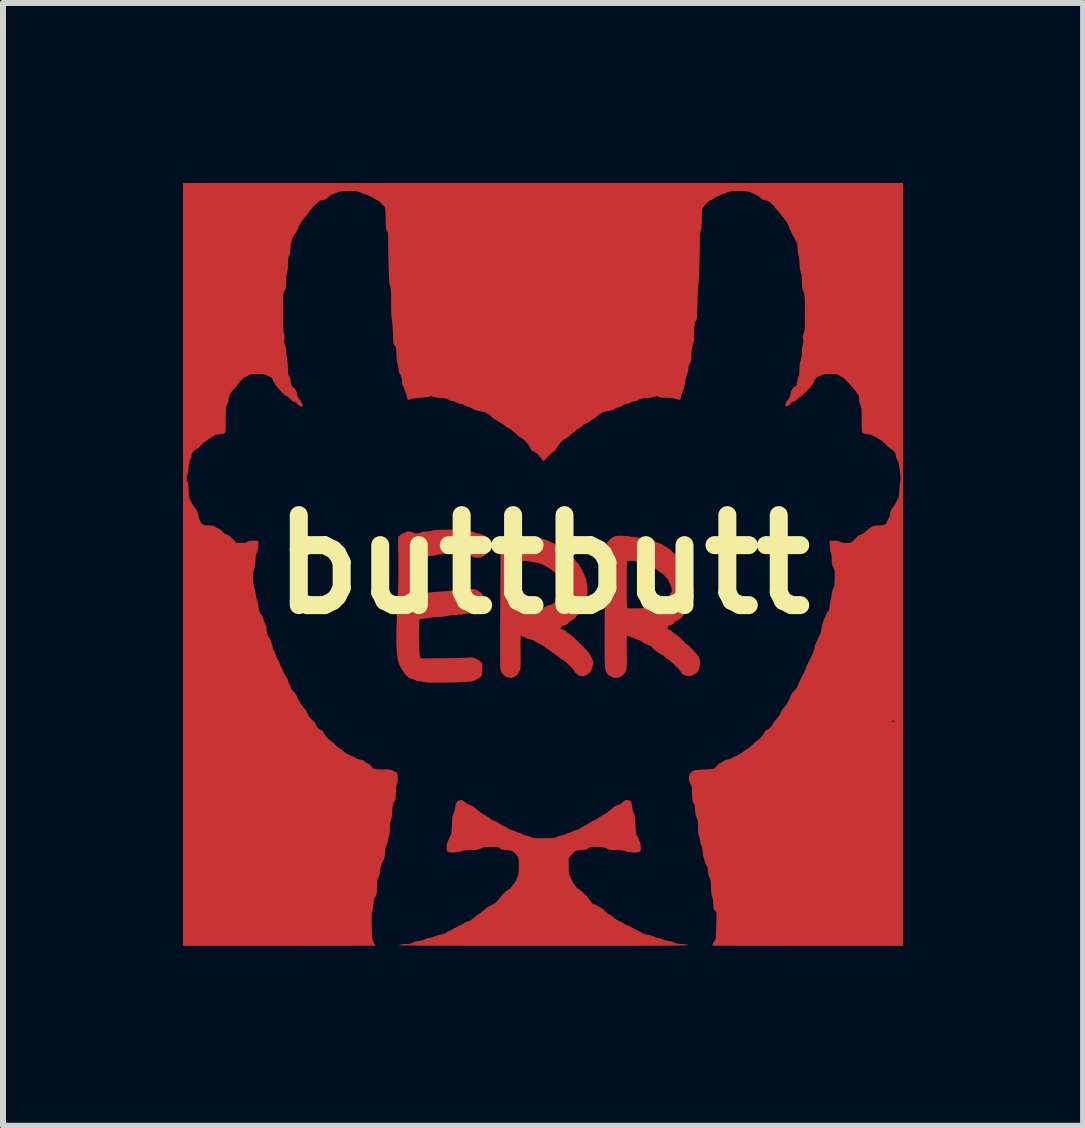
<source format=kicad_pcb>
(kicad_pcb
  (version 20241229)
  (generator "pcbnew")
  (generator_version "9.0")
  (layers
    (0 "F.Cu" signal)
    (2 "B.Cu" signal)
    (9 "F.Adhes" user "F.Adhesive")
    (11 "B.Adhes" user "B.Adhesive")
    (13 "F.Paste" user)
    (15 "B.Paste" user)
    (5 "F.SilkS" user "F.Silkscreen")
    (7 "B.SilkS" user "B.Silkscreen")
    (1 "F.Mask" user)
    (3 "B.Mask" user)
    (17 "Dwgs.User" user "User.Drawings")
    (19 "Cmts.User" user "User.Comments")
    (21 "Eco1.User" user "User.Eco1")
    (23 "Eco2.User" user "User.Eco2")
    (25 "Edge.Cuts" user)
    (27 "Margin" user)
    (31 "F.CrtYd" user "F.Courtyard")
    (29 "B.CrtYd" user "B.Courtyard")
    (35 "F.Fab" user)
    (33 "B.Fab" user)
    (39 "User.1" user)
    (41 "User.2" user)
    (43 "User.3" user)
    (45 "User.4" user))
  (footprint "buttbutt"
    (layer "F.Cu")
    (at 6.002 6.358)
    (property "Reference" "buttbutt" (at 0 0 0) (layer "F.SilkS") (effects (font (size 1.5 1.5) (thickness 0.3))))
    (attr board_only exclude_from_pos_files exclude_from_bom)
    (fp_poly (pts (xy -1.51 -0.58) (xy -1.443 -0.578) (xy -1.384 -0.576) (xy -1.336 -0.571) (xy -1.304 -0.566) (xy -1.297 -0.564) (xy -1.259 -0.555) (xy -1.218 -0.549) (xy -1.21 -0.549) (xy -1.178 -0.546) (xy -1.151 -0.537) (xy -1.145 -0.534) (xy -1.12 -0.522) (xy -1.102 -0.519) (xy -1.08 -0.516) (xy -1.047 -0.508) (xy -1.021 -0.501) (xy -0.979 -0.484) (xy -0.948 -0.461) (xy -0.927 -0.439) (xy -0.908 -0.413) (xy -0.897 -0.392) (xy -0.892 -0.366) (xy -0.892 -0.329) (xy -0.892 -0.326) (xy -0.893 -0.286) (xy -0.9 -0.256) (xy -0.913 -0.226) (xy -0.929 -0.2) (xy -0.95 -0.171) (xy -0.968 -0.15) (xy -0.98 -0.142) (xy -0.998 -0.135) (xy -1.007 -0.127) (xy -1.025 -0.118) (xy -1.056 -0.113) (xy -1.093 -0.112) (xy -1.129 -0.114) (xy -1.158 -0.121) (xy -1.163 -0.124) (xy -1.184 -0.131) (xy -1.218 -0.138) (xy -1.256 -0.144) (xy -1.3 -0.149) (xy -1.344 -0.156) (xy -1.373 -0.162) (xy -1.404 -0.166) (xy -1.448 -0.17) (xy -1.502 -0.172) (xy -1.559 -0.172) (xy -1.617 -0.172) (xy -1.671 -0.17) (xy -1.715 -0.168) (xy -1.747 -0.164) (xy -1.757 -0.161) (xy -1.78 -0.155) (xy -1.817 -0.148) (xy -1.86 -0.143) (xy -1.867 -0.142) (xy -1.912 -0.137) (xy -1.954 -0.129) (xy -1.986 -0.12) (xy -1.989 -0.119) (xy -2.029 -0.104) (xy -2.037 0.088) (xy -2.039 0.157) (xy -2.041 0.226) (xy -2.042 0.291) (xy -2.043 0.346) (xy -2.042 0.376) (xy -2.04 0.473) (xy -1.994 0.472) (xy -1.967 0.471) (xy -1.925 0.469) (xy -1.873 0.465) (xy -1.816 0.46) (xy -1.795 0.459) (xy -1.727 0.453) (xy -1.653 0.448) (xy -1.581 0.442) (xy -1.519 0.438) (xy -1.516 0.438) (xy -1.464 0.434) (xy -1.418 0.429) (xy -1.381 0.423) (xy -1.36 0.418) (xy -1.36 0.418) (xy -1.337 0.413) (xy -1.3 0.409) (xy -1.256 0.407) (xy -1.238 0.407) (xy -1.191 0.407) (xy -1.158 0.41) (xy -1.132 0.416) (xy -1.104 0.428) (xy -1.083 0.439) (xy -1.042 0.463) (xy -1.016 0.489) (xy -1 0.522) (xy -0.992 0.567) (xy -0.99 0.585) (xy -0.991 0.657) (xy -1.007 0.716) (xy -1.038 0.762) (xy -1.084 0.793) (xy -1.144 0.81) (xy -1.194 0.814) (xy -1.232 0.816) (xy -1.279 0.822) (xy -1.317 0.829) (xy -1.365 0.837) (xy -1.421 0.842) (xy -1.471 0.844) (xy -1.518 0.846) (xy -1.564 0.851) (xy -1.601 0.859) (xy -1.603 0.859) (xy -1.639 0.867) (xy -1.685 0.873) (xy -1.731 0.875) (xy -1.778 0.876) (xy -1.823 0.88) (xy -1.858 0.885) (xy -1.894 0.891) (xy -1.94 0.898) (xy -1.984 0.903) (xy -2.06 0.91) (xy -2.068 1.032) (xy -2.07 1.09) (xy -2.071 1.157) (xy -2.071 1.228) (xy -2.07 1.3) (xy -2.068 1.369) (xy -2.064 1.431) (xy -2.06 1.482) (xy -2.055 1.518) (xy -2.052 1.529) (xy -2.041 1.567) (xy -1.659 1.563) (xy -1.571 1.562) (xy -1.487 1.56) (xy -1.412 1.559) (xy -1.346 1.557) (xy -1.292 1.555) (xy -1.254 1.553) (xy -1.234 1.551) (xy -1.233 1.551) (xy -1.174 1.551) (xy -1.114 1.57) (xy -1.058 1.606) (xy -1.055 1.608) (xy -1.012 1.646) (xy -1.012 1.741) (xy -1.014 1.798) (xy -1.021 1.838) (xy -1.035 1.868) (xy -1.058 1.889) (xy -1.088 1.906) (xy -1.116 1.919) (xy -1.137 1.93) (xy -1.139 1.932) (xy -1.162 1.941) (xy -1.195 1.949) (xy -1.242 1.955) (xy -1.302 1.961) (xy -1.379 1.965) (xy -1.472 1.967) (xy -1.583 1.969) (xy -1.628 1.97) (xy -1.724 1.97) (xy -1.802 1.97) (xy -1.864 1.97) (xy -1.911 1.969) (xy -1.947 1.967) (xy -1.972 1.964) (xy -1.989 1.96) (xy -1.994 1.958) (xy -2.029 1.949) (xy -2.067 1.944) (xy -2.07 1.944) (xy -2.102 1.94) (xy -2.128 1.931) (xy -2.131 1.929) (xy -2.155 1.918) (xy -2.186 1.909) (xy -2.189 1.908) (xy -2.236 1.89) (xy -2.28 1.854) (xy -2.311 1.813) (xy -2.326 1.788) (xy -2.337 1.772) (xy -2.339 1.77) (xy -2.352 1.753) (xy -2.37 1.721) (xy -2.389 1.683) (xy -2.405 1.644) (xy -2.418 1.595) (xy -2.428 1.536) (xy -2.437 1.467) (xy -2.442 1.386) (xy -2.445 1.291) (xy -2.446 1.182) (xy -2.444 1.058) (xy -2.439 0.917) (xy -2.432 0.758) (xy -2.423 0.581) (xy -2.42 0.524) (xy -2.417 0.472) (xy -2.415 0.416) (xy -2.414 0.357) (xy -2.412 0.29) (xy -2.412 0.215) (xy -2.411 0.129) (xy -2.412 0.031) (xy -2.412 -0.083) (xy -2.413 -0.213) (xy -2.415 -0.334) (xy -2.416 -0.46) (xy -2.381 -0.489) (xy -2.356 -0.507) (xy -2.334 -0.518) (xy -2.329 -0.519) (xy -2.308 -0.526) (xy -2.299 -0.534) (xy -2.278 -0.545) (xy -2.238 -0.549) (xy -2.233 -0.549) (xy -2.192 -0.546) (xy -2.168 -0.536) (xy -2.167 -0.534) (xy -2.147 -0.524) (xy -2.116 -0.519) (xy -2.082 -0.52) (xy -2.051 -0.527) (xy -2.039 -0.534) (xy -2.015 -0.543) (xy -1.976 -0.548) (xy -1.958 -0.549) (xy -1.914 -0.552) (xy -1.869 -0.559) (xy -1.847 -0.565) (xy -1.818 -0.57) (xy -1.772 -0.575) (xy -1.715 -0.578) (xy -1.649 -0.58) (xy -1.58 -0.58)) (stroke (width 0) (type solid)) (fill yes) (layer "F.Cu"))
    (fp_poly (pts (xy -0.424 -0.477) (xy -0.383 -0.474) (xy -0.351 -0.469) (xy -0.346 -0.467) (xy -0.322 -0.462) (xy -0.283 -0.457) (xy -0.234 -0.452) (xy -0.188 -0.448) (xy -0.087 -0.438) (xy -0.005 -0.424) (xy 0.058 -0.408) (xy 0.103 -0.387) (xy 0.113 -0.38) (xy 0.133 -0.369) (xy 0.155 -0.362) (xy 0.184 -0.35) (xy 0.204 -0.335) (xy 0.224 -0.32) (xy 0.238 -0.315) (xy 0.256 -0.309) (xy 0.26 -0.304) (xy 0.273 -0.294) (xy 0.297 -0.281) (xy 0.311 -0.275) (xy 0.344 -0.255) (xy 0.379 -0.228) (xy 0.393 -0.214) (xy 0.416 -0.192) (xy 0.433 -0.177) (xy 0.439 -0.173) (xy 0.451 -0.166) (xy 0.471 -0.147) (xy 0.496 -0.122) (xy 0.521 -0.094) (xy 0.541 -0.067) (xy 0.55 -0.055) (xy 0.566 -0.033) (xy 0.578 -0.021) (xy 0.581 -0.02) (xy 0.59 -0.012) (xy 0.603 0.01) (xy 0.611 0.026) (xy 0.626 0.053) (xy 0.638 0.072) (xy 0.642 0.077) (xy 0.65 0.091) (xy 0.651 0.097) (xy 0.656 0.113) (xy 0.669 0.14) (xy 0.681 0.16) (xy 0.709 0.22) (xy 0.728 0.295) (xy 0.739 0.38) (xy 0.74 0.47) (xy 0.739 0.48) (xy 0.732 0.558) (xy 0.722 0.615) (xy 0.707 0.653) (xy 0.69 0.672) (xy 0.675 0.687) (xy 0.671 0.698) (xy 0.666 0.714) (xy 0.651 0.74) (xy 0.631 0.772) (xy 0.61 0.803) (xy 0.59 0.828) (xy 0.577 0.841) (xy 0.561 0.856) (xy 0.548 0.872) (xy 0.531 0.891) (xy 0.506 0.913) (xy 0.478 0.934) (xy 0.453 0.95) (xy 0.437 0.956) (xy 0.428 0.964) (xy 0.427 0.971) (xy 0.418 0.985) (xy 0.391 1.002) (xy 0.349 1.019) (xy 0.331 1.025) (xy 0.311 1.036) (xy 0.298 1.052) (xy 0.294 1.068) (xy 0.302 1.077) (xy 0.308 1.078) (xy 0.334 1.085) (xy 0.367 1.102) (xy 0.397 1.125) (xy 0.407 1.134) (xy 0.427 1.151) (xy 0.443 1.16) (xy 0.444 1.16) (xy 0.455 1.167) (xy 0.477 1.186) (xy 0.51 1.215) (xy 0.55 1.253) (xy 0.595 1.297) (xy 0.615 1.317) (xy 0.671 1.373) (xy 0.715 1.419) (xy 0.748 1.457) (xy 0.774 1.49) (xy 0.793 1.521) (xy 0.809 1.554) (xy 0.823 1.59) (xy 0.829 1.605) (xy 0.835 1.624) (xy 0.838 1.638) (xy 0.838 1.653) (xy 0.834 1.673) (xy 0.824 1.701) (xy 0.809 1.743) (xy 0.799 1.769) (xy 0.775 1.807) (xy 0.737 1.837) (xy 0.691 1.857) (xy 0.655 1.862) (xy 0.618 1.858) (xy 0.587 1.844) (xy 0.569 1.83) (xy 0.546 1.81) (xy 0.531 1.795) (xy 0.529 1.79) (xy 0.522 1.776) (xy 0.502 1.751) (xy 0.475 1.72) (xy 0.441 1.687) (xy 0.406 1.653) (xy 0.373 1.624) (xy 0.345 1.602) (xy 0.333 1.594) (xy 0.302 1.576) (xy 0.275 1.556) (xy 0.231 1.522) (xy 0.186 1.488) (xy 0.142 1.456) (xy 0.105 1.43) (xy 0.078 1.412) (xy 0.072 1.409) (xy 0.051 1.396) (xy 0.041 1.384) (xy 0.041 1.383) (xy 0.032 1.374) (xy 0.01 1.359) (xy -0.022 1.343) (xy -0.023 1.342) (xy -0.074 1.317) (xy -0.11 1.297) (xy -0.134 1.282) (xy -0.145 1.273) (xy -0.164 1.263) (xy -0.179 1.261) (xy -0.2 1.257) (xy -0.209 1.251) (xy -0.222 1.244) (xy -0.243 1.241) (xy -0.269 1.236) (xy -0.285 1.226) (xy -0.305 1.213) (xy -0.321 1.21) (xy -0.342 1.207) (xy -0.351 1.2) (xy -0.359 1.19) (xy -0.365 1.189) (xy -0.37 1.199) (xy -0.373 1.221) (xy -0.375 1.257) (xy -0.376 1.308) (xy -0.376 1.376) (xy -0.375 1.463) (xy -0.375 1.467) (xy -0.374 1.55) (xy -0.374 1.615) (xy -0.374 1.664) (xy -0.375 1.701) (xy -0.377 1.728) (xy -0.379 1.747) (xy -0.384 1.762) (xy -0.389 1.775) (xy -0.394 1.784) (xy -0.421 1.826) (xy -0.445 1.853) (xy -0.463 1.862) (xy -0.478 1.87) (xy -0.482 1.877) (xy -0.496 1.887) (xy -0.523 1.891) (xy -0.557 1.889) (xy -0.594 1.881) (xy -0.623 1.87) (xy -0.662 1.841) (xy -0.69 1.802) (xy -0.709 1.748) (xy -0.71 1.745) (xy -0.712 1.73) (xy -0.713 1.704) (xy -0.715 1.666) (xy -0.716 1.615) (xy -0.717 1.551) (xy -0.717 1.472) (xy -0.717 1.378) (xy -0.717 1.268) (xy -0.717 1.14) (xy -0.716 0.995) (xy -0.715 0.831) (xy -0.714 0.692) (xy -0.711 0.323) (xy -0.376 0.323) (xy -0.376 0.4) (xy -0.376 0.475) (xy -0.375 0.545) (xy -0.374 0.606) (xy -0.373 0.657) (xy -0.372 0.694) (xy -0.37 0.715) (xy -0.37 0.717) (xy -0.365 0.724) (xy -0.356 0.728) (xy -0.339 0.731) (xy -0.311 0.731) (xy -0.269 0.731) (xy -0.21 0.728) (xy -0.21 0.728) (xy -0.151 0.726) (xy -0.094 0.723) (xy -0.046 0.72) (xy -0.011 0.717) (xy -0.003 0.716) (xy 0.029 0.71) (xy 0.054 0.701) (xy 0.062 0.696) (xy 0.08 0.685) (xy 0.102 0.682) (xy 0.125 0.678) (xy 0.137 0.672) (xy 0.149 0.662) (xy 0.174 0.649) (xy 0.187 0.642) (xy 0.221 0.623) (xy 0.256 0.595) (xy 0.271 0.581) (xy 0.294 0.558) (xy 0.313 0.543) (xy 0.321 0.539) (xy 0.333 0.531) (xy 0.347 0.511) (xy 0.347 0.511) (xy 0.361 0.488) (xy 0.374 0.475) (xy 0.384 0.457) (xy 0.386 0.426) (xy 0.379 0.387) (xy 0.364 0.345) (xy 0.359 0.333) (xy 0.334 0.294) (xy 0.299 0.248) (xy 0.256 0.199) (xy 0.209 0.151) (xy 0.163 0.108) (xy 0.12 0.075) (xy 0.086 0.054) (xy 0.055 0.038) (xy 0.025 0.02) (xy 0.002 0.006) (xy -0.023 -0.005) (xy -0.054 -0.015) (xy -0.094 -0.025) (xy -0.147 -0.036) (xy -0.198 -0.045) (xy -0.264 -0.055) (xy -0.312 -0.06) (xy -0.345 -0.059) (xy -0.364 -0.053) (xy -0.37 -0.045) (xy -0.372 -0.031) (xy -0.373 0.001) (xy -0.374 0.047) (xy -0.375 0.106) (xy -0.376 0.173) (xy -0.376 0.246) (xy -0.376 0.323) (xy -0.711 0.323) (xy -0.707 -0.31) (xy -0.679 -0.363) (xy -0.64 -0.417) (xy -0.605 -0.447) (xy -0.581 -0.462) (xy -0.559 -0.471) (xy -0.534 -0.476) (xy -0.499 -0.478) (xy -0.47 -0.478)) (stroke (width 0) (type solid)) (fill yes) (layer "F.Cu"))
    (fp_poly (pts (xy 1.327 -0.478) (xy 1.383 -0.474) (xy 1.437 -0.468) (xy 1.468 -0.463) (xy 1.516 -0.455) (xy 1.565 -0.45) (xy 1.604 -0.448) (xy 1.605 -0.448) (xy 1.676 -0.443) (xy 1.746 -0.431) (xy 1.809 -0.412) (xy 1.86 -0.389) (xy 1.87 -0.382) (xy 1.887 -0.373) (xy 1.916 -0.361) (xy 1.936 -0.354) (xy 1.966 -0.343) (xy 1.987 -0.333) (xy 1.993 -0.328) (xy 2.01 -0.314) (xy 2.041 -0.296) (xy 2.07 -0.281) (xy 2.094 -0.266) (xy 2.124 -0.242) (xy 2.147 -0.22) (xy 2.171 -0.196) (xy 2.189 -0.179) (xy 2.198 -0.173) (xy 2.213 -0.165) (xy 2.237 -0.143) (xy 2.267 -0.111) (xy 2.301 -0.072) (xy 2.335 -0.029) (xy 2.368 0.014) (xy 2.395 0.054) (xy 2.416 0.088) (xy 2.425 0.109) (xy 2.434 0.127) (xy 2.441 0.132) (xy 2.449 0.141) (xy 2.46 0.163) (xy 2.465 0.175) (xy 2.499 0.292) (xy 2.514 0.406) (xy 2.51 0.514) (xy 2.507 0.532) (xy 2.496 0.593) (xy 2.481 0.641) (xy 2.461 0.685) (xy 2.431 0.73) (xy 2.401 0.768) (xy 2.373 0.804) (xy 2.343 0.841) (xy 2.327 0.862) (xy 2.307 0.885) (xy 2.286 0.904) (xy 2.258 0.923) (xy 2.218 0.945) (xy 2.206 0.951) (xy 2.191 0.964) (xy 2.187 0.973) (xy 2.179 0.985) (xy 2.158 0.999) (xy 2.134 1.011) (xy 2.112 1.017) (xy 2.11 1.017) (xy 2.095 1.025) (xy 2.081 1.04) (xy 2.071 1.057) (xy 2.075 1.07) (xy 2.088 1.08) (xy 2.108 1.094) (xy 2.122 1.098) (xy 2.135 1.105) (xy 2.155 1.122) (xy 2.162 1.129) (xy 2.182 1.148) (xy 2.199 1.159) (xy 2.202 1.16) (xy 2.215 1.166) (xy 2.238 1.184) (xy 2.267 1.208) (xy 2.299 1.237) (xy 2.328 1.265) (xy 2.353 1.29) (xy 2.367 1.308) (xy 2.37 1.313) (xy 2.378 1.322) (xy 2.389 1.327) (xy 2.407 1.338) (xy 2.435 1.362) (xy 2.468 1.394) (xy 2.503 1.431) (xy 2.537 1.469) (xy 2.567 1.504) (xy 2.589 1.533) (xy 2.597 1.547) (xy 2.612 1.598) (xy 2.616 1.653) (xy 2.609 1.707) (xy 2.593 1.757) (xy 2.568 1.797) (xy 2.536 1.823) (xy 2.531 1.825) (xy 2.506 1.837) (xy 2.489 1.849) (xy 2.487 1.851) (xy 2.474 1.857) (xy 2.448 1.861) (xy 2.424 1.862) (xy 2.371 1.854) (xy 2.328 1.829) (xy 2.291 1.787) (xy 2.287 1.78) (xy 2.272 1.76) (xy 2.247 1.732) (xy 2.214 1.699) (xy 2.178 1.664) (xy 2.142 1.631) (xy 2.109 1.601) (xy 2.081 1.579) (xy 2.064 1.568) (xy 2.06 1.567) (xy 2.049 1.56) (xy 2.036 1.546) (xy 2.016 1.528) (xy 1.987 1.51) (xy 1.983 1.508) (xy 1.951 1.49) (xy 1.915 1.466) (xy 1.878 1.44) (xy 1.847 1.414) (xy 1.824 1.393) (xy 1.816 1.381) (xy 1.806 1.366) (xy 1.801 1.363) (xy 1.787 1.359) (xy 1.76 1.347) (xy 1.727 1.331) (xy 1.693 1.314) (xy 1.663 1.298) (xy 1.653 1.291) (xy 1.631 1.278) (xy 1.614 1.268) (xy 1.594 1.26) (xy 1.564 1.25) (xy 1.552 1.246) (xy 1.521 1.235) (xy 1.498 1.225) (xy 1.49 1.221) (xy 1.473 1.213) (xy 1.453 1.207) (xy 1.426 1.199) (xy 1.409 1.194) (xy 1.404 1.193) (xy 1.4 1.197) (xy 1.397 1.207) (xy 1.395 1.225) (xy 1.394 1.255) (xy 1.393 1.298) (xy 1.394 1.355) (xy 1.394 1.43) (xy 1.395 1.466) (xy 1.396 1.549) (xy 1.396 1.614) (xy 1.396 1.663) (xy 1.395 1.7) (xy 1.393 1.728) (xy 1.391 1.747) (xy 1.387 1.762) (xy 1.381 1.774) (xy 1.376 1.784) (xy 1.349 1.826) (xy 1.325 1.853) (xy 1.307 1.862) (xy 1.29 1.869) (xy 1.282 1.877) (xy 1.26 1.888) (xy 1.221 1.892) (xy 1.216 1.892) (xy 1.174 1.889) (xy 1.151 1.878) (xy 1.149 1.877) (xy 1.13 1.864) (xy 1.118 1.862) (xy 1.101 1.854) (xy 1.081 1.835) (xy 1.076 1.828) (xy 1.067 1.816) (xy 1.059 1.805) (xy 1.052 1.794) (xy 1.046 1.781) (xy 1.041 1.766) (xy 1.037 1.746) (xy 1.034 1.721) (xy 1.031 1.689) (xy 1.029 1.65) (xy 1.027 1.601) (xy 1.026 1.541) (xy 1.025 1.47) (xy 1.025 1.385) (xy 1.025 1.286) (xy 1.025 1.171) (xy 1.025 1.039) (xy 1.026 0.889) (xy 1.026 0.799) (xy 1.027 0.661) (xy 1.027 0.527) (xy 1.028 0.399) (xy 1.029 0.336) (xy 1.394 0.336) (xy 1.394 0.42) (xy 1.394 0.499) (xy 1.395 0.569) (xy 1.396 0.628) (xy 1.397 0.674) (xy 1.398 0.704) (xy 1.4 0.716) (xy 1.405 0.723) (xy 1.418 0.728) (xy 1.442 0.731) (xy 1.479 0.732) (xy 1.529 0.732) (xy 1.588 0.731) (xy 1.649 0.728) (xy 1.705 0.723) (xy 1.736 0.719) (xy 1.777 0.712) (xy 1.81 0.704) (xy 1.83 0.696) (xy 1.833 0.694) (xy 1.853 0.684) (xy 1.867 0.682) (xy 1.89 0.676) (xy 1.901 0.668) (xy 1.917 0.657) (xy 1.944 0.645) (xy 1.955 0.641) (xy 1.994 0.622) (xy 2.037 0.587) (xy 2.057 0.567) (xy 2.084 0.537) (xy 2.105 0.512) (xy 2.115 0.496) (xy 2.116 0.493) (xy 2.124 0.479) (xy 2.131 0.474) (xy 2.143 0.46) (xy 2.146 0.431) (xy 2.14 0.393) (xy 2.126 0.349) (xy 2.116 0.327) (xy 2.1 0.294) (xy 2.089 0.269) (xy 2.085 0.255) (xy 2.077 0.243) (xy 2.066 0.234) (xy 2.048 0.219) (xy 2.028 0.195) (xy 2.025 0.189) (xy 2.004 0.164) (xy 1.98 0.146) (xy 1.976 0.144) (xy 1.951 0.131) (xy 1.922 0.11) (xy 1.914 0.103) (xy 1.885 0.078) (xy 1.856 0.057) (xy 1.849 0.053) (xy 1.814 0.033) (xy 1.791 0.019) (xy 1.776 0.009) (xy 1.769 0.003) (xy 1.751 -0.005) (xy 1.722 -0.014) (xy 1.704 -0.019) (xy 1.667 -0.027) (xy 1.62 -0.037) (xy 1.58 -0.045) (xy 1.52 -0.056) (xy 1.469 -0.061) (xy 1.43 -0.059) (xy 1.406 -0.052) (xy 1.4 -0.045) (xy 1.398 -0.031) (xy 1.397 0.000203) (xy 1.396 0.047) (xy 1.395 0.107) (xy 1.394 0.178) (xy 1.394 0.257) (xy 1.394 0.336) (xy 1.029 0.336) (xy 1.029 0.278) (xy 1.03 0.167) (xy 1.032 0.066) (xy 1.033 -0.023) (xy 1.034 -0.098) (xy 1.036 -0.157) (xy 1.037 -0.199) (xy 1.038 -0.222) (xy 1.048 -0.286) (xy 1.06 -0.337) (xy 1.069 -0.359) (xy 1.09 -0.392) (xy 1.115 -0.421) (xy 1.14 -0.441) (xy 1.156 -0.447) (xy 1.171 -0.455) (xy 1.18 -0.463) (xy 1.197 -0.471) (xy 1.23 -0.476) (xy 1.275 -0.478)) (stroke (width 0) (type solid)) (fill yes) (layer "F.Cu"))
    (fp_poly (pts (xy 1.435 3.931) (xy 1.458 3.945) (xy 1.473 3.973) (xy 1.483 4.017) (xy 1.485 4.041) (xy 1.492 4.084) (xy 1.502 4.124) (xy 1.513 4.152) (xy 1.521 4.171) (xy 1.528 4.196) (xy 1.533 4.23) (xy 1.536 4.277) (xy 1.54 4.34) (xy 1.54 4.345) (xy 1.544 4.418) (xy 1.55 4.472) (xy 1.556 4.505) (xy 1.561 4.516) (xy 1.572 4.534) (xy 1.587 4.562) (xy 1.601 4.59) (xy 1.615 4.63) (xy 1.624 4.675) (xy 1.629 4.72) (xy 1.627 4.758) (xy 1.619 4.784) (xy 1.615 4.789) (xy 1.596 4.797) (xy 1.563 4.801) (xy 1.52 4.802) (xy 1.474 4.8) (xy 1.429 4.794) (xy 1.392 4.786) (xy 1.378 4.781) (xy 1.352 4.771) (xy 1.322 4.765) (xy 1.284 4.762) (xy 1.232 4.761) (xy 1.214 4.761) (xy 1.163 4.76) (xy 1.127 4.759) (xy 1.102 4.755) (xy 1.085 4.749) (xy 1.069 4.74) (xy 1.067 4.738) (xy 1.051 4.728) (xy 1.034 4.721) (xy 1.009 4.717) (xy 0.974 4.714) (xy 0.924 4.712) (xy 0.912 4.712) (xy 0.86 4.71) (xy 0.823 4.711) (xy 0.798 4.713) (xy 0.779 4.718) (xy 0.763 4.726) (xy 0.75 4.734) (xy 0.725 4.749) (xy 0.699 4.757) (xy 0.665 4.76) (xy 0.639 4.761) (xy 0.586 4.764) (xy 0.546 4.775) (xy 0.511 4.799) (xy 0.476 4.837) (xy 0.465 4.85) (xy 0.427 4.9) (xy 0.427 5.033) (xy 0.428 5.083) (xy 0.43 5.126) (xy 0.433 5.156) (xy 0.436 5.171) (xy 0.437 5.172) (xy 0.445 5.184) (xy 0.457 5.21) (xy 0.468 5.236) (xy 0.484 5.273) (xy 0.501 5.305) (xy 0.512 5.32) (xy 0.534 5.348) (xy 0.549 5.374) (xy 0.57 5.399) (xy 0.6 5.418) (xy 0.6 5.418) (xy 0.63 5.436) (xy 0.655 5.46) (xy 0.656 5.462) (xy 0.676 5.486) (xy 0.697 5.502) (xy 0.698 5.502) (xy 0.719 5.518) (xy 0.738 5.542) (xy 0.739 5.543) (xy 0.753 5.564) (xy 0.763 5.574) (xy 0.764 5.574) (xy 0.773 5.582) (xy 0.787 5.603) (xy 0.795 5.615) (xy 0.811 5.639) (xy 0.824 5.654) (xy 0.829 5.656) (xy 0.847 5.661) (xy 0.876 5.674) (xy 0.912 5.693) (xy 0.949 5.714) (xy 0.982 5.735) (xy 1.005 5.752) (xy 1.009 5.756) (xy 1.044 5.79) (xy 1.069 5.812) (xy 1.087 5.825) (xy 1.102 5.832) (xy 1.104 5.833) (xy 1.122 5.843) (xy 1.148 5.862) (xy 1.175 5.885) (xy 1.209 5.911) (xy 1.246 5.934) (xy 1.27 5.945) (xy 1.306 5.961) (xy 1.34 5.98) (xy 1.347 5.985) (xy 1.378 6.004) (xy 1.414 6.02) (xy 1.419 6.022) (xy 1.448 6.033) (xy 1.47 6.043) (xy 1.474 6.046) (xy 1.516 6.073) (xy 1.567 6.098) (xy 1.594 6.111) (xy 1.615 6.123) (xy 1.617 6.124) (xy 1.672 6.155) (xy 1.72 6.171) (xy 1.755 6.175) (xy 1.81 6.184) (xy 1.839 6.198) (xy 1.874 6.215) (xy 1.914 6.227) (xy 1.925 6.229) (xy 1.96 6.236) (xy 1.991 6.247) (xy 1.999 6.252) (xy 2.022 6.261) (xy 2.057 6.27) (xy 2.096 6.276) (xy 2.145 6.285) (xy 2.179 6.296) (xy 2.188 6.303) (xy 2.204 6.312) (xy 2.23 6.319) (xy 2.27 6.323) (xy 2.301 6.325) (xy 2.345 6.329) (xy 2.385 6.334) (xy 2.413 6.341) (xy 2.42 6.344) (xy 2.42 6.345) (xy 2.416 6.347) (xy 2.405 6.348) (xy 2.387 6.349) (xy 2.362 6.35) (xy 2.329 6.351) (xy 2.286 6.352) (xy 2.235 6.353) (xy 2.173 6.354) (xy 2.1 6.354) (xy 2.015 6.355) (xy 1.918 6.355) (xy 1.808 6.356) (xy 1.684 6.356) (xy 1.545 6.356) (xy 1.392 6.357) (xy 1.222 6.357) (xy 1.036 6.357) (xy 0.833 6.357) (xy 0.611 6.357) (xy 0.371 6.357) (xy 0.112 6.357) (xy 0.01 6.357) (xy -0.263 6.357) (xy -0.517 6.357) (xy -0.752 6.357) (xy -0.968 6.357) (xy -1.167 6.357) (xy -1.348 6.356) (xy -1.512 6.356) (xy -1.66 6.356) (xy -1.793 6.355) (xy -1.911 6.355) (xy -2.014 6.354) (xy -2.104 6.353) (xy -2.181 6.353) (xy -2.246 6.352) (xy -2.299 6.351) (xy -2.34 6.35) (xy -2.371 6.349) (xy -2.392 6.348) (xy -2.403 6.346) (xy -2.406 6.345) (xy -2.406 6.345) (xy -2.387 6.339) (xy -2.354 6.333) (xy -2.311 6.328) (xy -2.286 6.326) (xy -2.234 6.322) (xy -2.199 6.316) (xy -2.176 6.308) (xy -2.167 6.302) (xy -2.143 6.29) (xy -2.1 6.28) (xy -2.07 6.276) (xy -2.014 6.266) (xy -1.976 6.253) (xy -1.967 6.246) (xy -1.928 6.229) (xy -1.896 6.225) (xy -1.841 6.215) (xy -1.813 6.201) (xy -1.767 6.182) (xy -1.717 6.173) (xy -1.667 6.164) (xy -1.629 6.145) (xy -1.626 6.142) (xy -1.593 6.122) (xy -1.559 6.106) (xy -1.555 6.104) (xy -1.527 6.093) (xy -1.507 6.079) (xy -1.505 6.077) (xy -1.488 6.065) (xy -1.479 6.063) (xy -1.463 6.057) (xy -1.438 6.044) (xy -1.428 6.037) (xy -1.402 6.022) (xy -1.382 6.013) (xy -1.377 6.012) (xy -1.362 6.006) (xy -1.337 5.993) (xy -1.319 5.981) (xy -1.291 5.964) (xy -1.268 5.953) (xy -1.26 5.951) (xy -1.235 5.944) (xy -1.201 5.926) (xy -1.163 5.899) (xy -1.13 5.87) (xy -1.104 5.848) (xy -1.084 5.833) (xy -1.074 5.828) (xy -1.062 5.822) (xy -1.039 5.805) (xy -1.009 5.781) (xy -0.994 5.767) (xy -0.962 5.741) (xy -0.935 5.72) (xy -0.918 5.708) (xy -0.914 5.707) (xy -0.899 5.701) (xy -0.877 5.688) (xy -0.876 5.688) (xy -0.849 5.671) (xy -0.826 5.661) (xy -0.801 5.647) (xy -0.768 5.616) (xy -0.727 5.568) (xy -0.696 5.529) (xy -0.663 5.488) (xy -0.634 5.459) (xy -0.603 5.436) (xy -0.577 5.421) (xy -0.554 5.407) (xy -0.54 5.395) (xy -0.539 5.393) (xy -0.533 5.38) (xy -0.518 5.361) (xy -0.516 5.359) (xy -0.476 5.309) (xy -0.443 5.247) (xy -0.43 5.218) (xy -0.419 5.191) (xy -0.412 5.163) (xy -0.408 5.129) (xy -0.406 5.085) (xy -0.405 5.035) (xy -0.405 4.976) (xy -0.407 4.933) (xy -0.412 4.901) (xy -0.422 4.875) (xy -0.438 4.85) (xy -0.46 4.822) (xy -0.461 4.822) (xy -0.494 4.79) (xy -0.531 4.771) (xy -0.578 4.762) (xy -0.618 4.761) (xy -0.657 4.759) (xy -0.683 4.754) (xy -0.704 4.743) (xy -0.714 4.735) (xy -0.728 4.724) (xy -0.742 4.717) (xy -0.762 4.713) (xy -0.79 4.711) (xy -0.832 4.71) (xy -0.866 4.71) (xy -0.92 4.71) (xy -0.959 4.712) (xy -0.987 4.716) (xy -1.01 4.722) (xy -1.033 4.732) (xy -1.039 4.735) (xy -1.065 4.747) (xy -1.09 4.754) (xy -1.119 4.759) (xy -1.159 4.76) (xy -1.199 4.761) (xy -1.257 4.762) (xy -1.301 4.766) (xy -1.336 4.773) (xy -1.361 4.781) (xy -1.399 4.791) (xy -1.446 4.798) (xy -1.496 4.802) (xy -1.541 4.801) (xy -1.576 4.795) (xy -1.588 4.791) (xy -1.6 4.774) (xy -1.607 4.743) (xy -1.608 4.705) (xy -1.603 4.664) (xy -1.593 4.628) (xy -1.588 4.618) (xy -1.574 4.588) (xy -1.563 4.56) (xy -1.562 4.557) (xy -1.55 4.531) (xy -1.541 4.516) (xy -1.534 4.499) (xy -1.528 4.463) (xy -1.523 4.408) (xy -1.52 4.345) (xy -1.517 4.282) (xy -1.513 4.236) (xy -1.509 4.203) (xy -1.503 4.178) (xy -1.496 4.157) (xy -1.489 4.143) (xy -1.468 4.085) (xy -1.465 4.05) (xy -1.458 3.999) (xy -1.438 3.96) (xy -1.408 3.935) (xy -1.38 3.928) (xy -1.355 3.929) (xy -1.334 3.936) (xy -1.309 3.955) (xy -1.298 3.965) (xy -1.252 3.999) (xy -1.214 4.012) (xy -1.187 4.021) (xy -1.156 4.04) (xy -1.119 4.071) (xy -1.11 4.079) (xy -1.073 4.111) (xy -1.033 4.141) (xy -0.998 4.163) (xy -0.994 4.166) (xy -0.955 4.187) (xy -0.918 4.21) (xy -0.887 4.231) (xy -0.868 4.248) (xy -0.865 4.251) (xy -0.853 4.259) (xy -0.828 4.268) (xy -0.818 4.271) (xy -0.788 4.282) (xy -0.766 4.294) (xy -0.763 4.298) (xy -0.748 4.311) (xy -0.741 4.313) (xy -0.727 4.319) (xy -0.705 4.333) (xy -0.698 4.338) (xy -0.673 4.355) (xy -0.653 4.363) (xy -0.649 4.364) (xy -0.633 4.37) (xy -0.608 4.384) (xy -0.594 4.394) (xy -0.566 4.412) (xy -0.541 4.423) (xy -0.532 4.425) (xy -0.511 4.429) (xy -0.48 4.441) (xy -0.46 4.45) (xy -0.428 4.465) (xy -0.403 4.474) (xy -0.392 4.476) (xy -0.373 4.481) (xy -0.348 4.495) (xy -0.348 4.495) (xy -0.321 4.508) (xy -0.285 4.519) (xy -0.27 4.522) (xy -0.236 4.529) (xy -0.208 4.54) (xy -0.2 4.545) (xy -0.191 4.551) (xy -0.176 4.556) (xy -0.154 4.559) (xy -0.121 4.561) (xy -0.074 4.562) (xy -0.011 4.562) (xy 0.01 4.562) (xy 0.079 4.562) (xy 0.129 4.561) (xy 0.166 4.56) (xy 0.191 4.557) (xy 0.207 4.553) (xy 0.217 4.547) (xy 0.22 4.545) (xy 0.24 4.534) (xy 0.273 4.524) (xy 0.304 4.517) (xy 0.341 4.51) (xy 0.371 4.5) (xy 0.386 4.491) (xy 0.407 4.479) (xy 0.421 4.476) (xy 0.439 4.471) (xy 0.468 4.46) (xy 0.488 4.45) (xy 0.521 4.436) (xy 0.55 4.427) (xy 0.562 4.425) (xy 0.584 4.419) (xy 0.611 4.403) (xy 0.621 4.396) (xy 0.652 4.374) (xy 0.687 4.357) (xy 0.693 4.355) (xy 0.721 4.343) (xy 0.741 4.33) (xy 0.743 4.328) (xy 0.759 4.315) (xy 0.768 4.313) (xy 0.783 4.306) (xy 0.797 4.294) (xy 0.82 4.278) (xy 0.846 4.268) (xy 0.872 4.258) (xy 0.904 4.239) (xy 0.921 4.226) (xy 0.956 4.202) (xy 0.994 4.179) (xy 1.009 4.172) (xy 1.041 4.154) (xy 1.069 4.133) (xy 1.076 4.126) (xy 1.094 4.108) (xy 1.108 4.1) (xy 1.109 4.099) (xy 1.121 4.093) (xy 1.142 4.076) (xy 1.159 4.06) (xy 1.197 4.029) (xy 1.236 4.014) (xy 1.241 4.013) (xy 1.281 3.999) (xy 1.319 3.971) (xy 1.323 3.966) (xy 1.351 3.941) (xy 1.375 3.93) (xy 1.402 3.926) (xy 1.402 3.926)) (stroke (width 0) (type solid)) (fill yes) (layer "F.Cu"))
    (fp_poly (pts (xy 6.002 0) (xy 6.002 6.358) (xy 4.41 6.358) (xy 4.231 6.358) (xy 4.059 6.358) (xy 3.893 6.357) (xy 3.735 6.357) (xy 3.585 6.357) (xy 3.446 6.357) (xy 3.318 6.357) (xy 3.202 6.356) (xy 3.099 6.356) (xy 3.01 6.356) (xy 2.937 6.355) (xy 2.88 6.355) (xy 2.841 6.354) (xy 2.821 6.354) (xy 2.818 6.354) (xy 2.823 6.335) (xy 2.835 6.31) (xy 2.85 6.285) (xy 2.862 6.27) (xy 2.864 6.269) (xy 2.869 6.263) (xy 2.873 6.251) (xy 2.877 6.229) (xy 2.88 6.197) (xy 2.882 6.151) (xy 2.884 6.088) (xy 2.886 6.031) (xy 2.892 5.803) (xy 2.865 5.773) (xy 2.851 5.756) (xy 2.843 5.738) (xy 2.839 5.713) (xy 2.838 5.674) (xy 2.838 5.667) (xy 2.832 5.594) (xy 2.818 5.534) (xy 2.806 5.493) (xy 2.8 5.444) (xy 2.798 5.382) (xy 2.798 5.374) (xy 2.797 5.323) (xy 2.794 5.286) (xy 2.788 5.257) (xy 2.777 5.229) (xy 2.772 5.217) (xy 2.75 5.15) (xy 2.747 5.107) (xy 2.744 5.072) (xy 2.738 5.045) (xy 2.733 5.036) (xy 2.718 5.011) (xy 2.703 4.972) (xy 2.687 4.924) (xy 2.674 4.872) (xy 2.665 4.824) (xy 2.662 4.794) (xy 2.657 4.753) (xy 2.65 4.717) (xy 2.641 4.693) (xy 2.632 4.668) (xy 2.623 4.631) (xy 2.616 4.594) (xy 2.609 4.557) (xy 2.601 4.528) (xy 2.594 4.513) (xy 2.594 4.513) (xy 2.59 4.498) (xy 2.586 4.468) (xy 2.584 4.425) (xy 2.583 4.39) (xy 2.583 4.336) (xy 2.58 4.296) (xy 2.575 4.264) (xy 2.565 4.235) (xy 2.558 4.216) (xy 2.541 4.164) (xy 2.534 4.111) (xy 2.533 4.083) (xy 2.531 4.036) (xy 2.525 4.007) (xy 2.519 3.999) (xy 2.504 3.975) (xy 2.492 3.933) (xy 2.485 3.876) (xy 2.482 3.804) (xy 2.482 3.795) (xy 2.482 3.747) (xy 2.479 3.714) (xy 2.475 3.691) (xy 2.466 3.672) (xy 2.457 3.656) (xy 2.437 3.616) (xy 2.431 3.57) (xy 2.435 3.522) (xy 2.449 3.487) (xy 2.477 3.459) (xy 2.49 3.449) (xy 2.506 3.439) (xy 2.523 3.432) (xy 2.544 3.427) (xy 2.574 3.423) (xy 2.616 3.421) (xy 2.674 3.418) (xy 2.68 3.418) (xy 2.735 3.416) (xy 2.783 3.412) (xy 2.821 3.408) (xy 2.845 3.404) (xy 2.849 3.403) (xy 2.865 3.389) (xy 2.888 3.367) (xy 2.899 3.354) (xy 2.92 3.332) (xy 2.936 3.318) (xy 2.942 3.316) (xy 2.955 3.311) (xy 2.978 3.297) (xy 2.996 3.286) (xy 3.025 3.268) (xy 3.05 3.257) (xy 3.06 3.255) (xy 3.082 3.252) (xy 3.111 3.244) (xy 3.137 3.234) (xy 3.153 3.225) (xy 3.153 3.224) (xy 3.165 3.217) (xy 3.189 3.204) (xy 3.223 3.189) (xy 3.227 3.187) (xy 3.269 3.166) (xy 3.31 3.141) (xy 3.338 3.12) (xy 3.364 3.099) (xy 3.384 3.085) (xy 3.392 3.082) (xy 3.405 3.076) (xy 3.427 3.059) (xy 3.448 3.041) (xy 3.474 3.02) (xy 3.494 3.005) (xy 3.502 3.001) (xy 3.509 2.993) (xy 3.509 2.986) (xy 3.518 2.972) (xy 3.539 2.958) (xy 3.542 2.956) (xy 3.568 2.941) (xy 3.599 2.914) (xy 3.631 2.882) (xy 3.66 2.848) (xy 3.681 2.819) (xy 3.688 2.802) (xy 3.701 2.775) (xy 3.724 2.759) (xy 3.743 2.753) (xy 3.762 2.742) (xy 3.785 2.72) (xy 3.808 2.693) (xy 3.827 2.666) (xy 3.835 2.647) (xy 3.835 2.645) (xy 3.842 2.633) (xy 3.853 2.619) (xy 5.821 2.619) (xy 5.824 2.624) (xy 5.835 2.63) (xy 5.841 2.626) (xy 5.846 2.61) (xy 5.844 2.604) (xy 5.833 2.598) (xy 5.826 2.602) (xy 5.821 2.619) (xy 3.853 2.619) (xy 3.859 2.612) (xy 3.882 2.587) (xy 3.913 2.55) (xy 3.942 2.505) (xy 3.957 2.476) (xy 3.973 2.443) (xy 3.988 2.418) (xy 3.997 2.406) (xy 4.018 2.386) (xy 4.044 2.352) (xy 4.071 2.309) (xy 4.096 2.262) (xy 4.116 2.216) (xy 4.126 2.187) (xy 4.136 2.167) (xy 4.156 2.139) (xy 4.183 2.108) (xy 4.187 2.104) (xy 4.213 2.075) (xy 4.232 2.051) (xy 4.242 2.036) (xy 4.242 2.034) (xy 4.247 2.013) (xy 4.262 1.977) (xy 4.285 1.928) (xy 4.306 1.887) (xy 4.33 1.841) (xy 4.347 1.807) (xy 4.359 1.781) (xy 4.369 1.757) (xy 4.38 1.729) (xy 4.386 1.714) (xy 4.399 1.68) (xy 4.411 1.654) (xy 4.417 1.642) (xy 4.427 1.625) (xy 4.443 1.594) (xy 4.462 1.555) (xy 4.482 1.514) (xy 4.5 1.473) (xy 4.505 1.461) (xy 4.518 1.426) (xy 4.525 1.392) (xy 4.527 1.379) (xy 4.531 1.35) (xy 4.54 1.327) (xy 4.551 1.307) (xy 4.565 1.275) (xy 4.577 1.246) (xy 4.591 1.211) (xy 4.606 1.182) (xy 4.615 1.167) (xy 4.625 1.147) (xy 4.633 1.116) (xy 4.635 1.096) (xy 4.648 1.021) (xy 4.671 0.943) (xy 4.696 0.886) (xy 4.71 0.857) (xy 4.719 0.834) (xy 4.72 0.827) (xy 4.727 0.811) (xy 4.744 0.791) (xy 4.745 0.79) (xy 4.759 0.773) (xy 4.768 0.752) (xy 4.773 0.72) (xy 4.776 0.694) (xy 4.78 0.653) (xy 4.786 0.616) (xy 4.792 0.593) (xy 4.799 0.569) (xy 4.806 0.532) (xy 4.811 0.491) (xy 4.811 0.491) (xy 4.82 0.437) (xy 4.832 0.403) (xy 4.838 0.395) (xy 4.846 0.384) (xy 4.852 0.367) (xy 4.856 0.343) (xy 4.858 0.305) (xy 4.86 0.252) (xy 4.861 0.238) (xy 4.862 0.182) (xy 4.862 0.142) (xy 4.86 0.114) (xy 4.856 0.092) (xy 4.849 0.073) (xy 4.838 0.051) (xy 4.838 0.051) (xy 4.823 0.019) (xy 4.815 -0.011) (xy 4.812 -0.049) (xy 4.811 -0.08) (xy 4.81 -0.126) (xy 4.805 -0.166) (xy 4.797 -0.195) (xy 4.79 -0.222) (xy 4.784 -0.261) (xy 4.78 -0.305) (xy 4.779 -0.31) (xy 4.776 -0.392) (xy 4.851 -0.395) (xy 4.893 -0.395) (xy 4.92 -0.392) (xy 4.938 -0.385) (xy 4.945 -0.38) (xy 4.973 -0.366) (xy 5.02 -0.359) (xy 5.03 -0.358) (xy 5.069 -0.356) (xy 5.098 -0.356) (xy 5.122 -0.362) (xy 5.144 -0.374) (xy 5.169 -0.394) (xy 5.201 -0.426) (xy 5.241 -0.469) (xy 5.262 -0.483) (xy 5.292 -0.496) (xy 5.297 -0.498) (xy 5.332 -0.514) (xy 5.367 -0.541) (xy 5.373 -0.547) (xy 5.402 -0.574) (xy 5.432 -0.598) (xy 5.443 -0.605) (xy 5.471 -0.622) (xy 5.495 -0.637) (xy 5.498 -0.638) (xy 5.518 -0.644) (xy 5.551 -0.649) (xy 5.591 -0.651) (xy 5.593 -0.651) (xy 5.649 -0.654) (xy 5.688 -0.663) (xy 5.715 -0.681) (xy 5.731 -0.709) (xy 5.735 -0.72) (xy 5.747 -0.749) (xy 5.76 -0.77) (xy 5.763 -0.773) (xy 5.774 -0.792) (xy 5.778 -0.812) (xy 5.785 -0.863) (xy 5.803 -0.911) (xy 5.825 -0.943) (xy 5.847 -0.972) (xy 5.868 -1.005) (xy 5.871 -1.012) (xy 5.889 -1.049) (xy 5.909 -1.087) (xy 5.913 -1.094) (xy 5.924 -1.119) (xy 5.931 -1.148) (xy 5.935 -1.187) (xy 5.937 -1.236) (xy 5.94 -1.284) (xy 5.944 -1.328) (xy 5.949 -1.363) (xy 5.952 -1.374) (xy 5.958 -1.409) (xy 5.958 -1.448) (xy 5.958 -1.456) (xy 5.954 -1.487) (xy 5.949 -1.53) (xy 5.943 -1.578) (xy 5.942 -1.592) (xy 5.933 -1.653) (xy 5.921 -1.704) (xy 5.907 -1.742) (xy 5.892 -1.763) (xy 5.89 -1.765) (xy 5.883 -1.778) (xy 5.88 -1.803) (xy 5.88 -1.807) (xy 5.871 -1.854) (xy 5.844 -1.893) (xy 5.798 -1.927) (xy 5.796 -1.928) (xy 5.765 -1.948) (xy 5.739 -1.971) (xy 5.729 -1.982) (xy 5.713 -2.004) (xy 5.698 -2.018) (xy 5.68 -2.032) (xy 5.667 -2.044) (xy 5.647 -2.061) (xy 5.635 -2.068) (xy 5.618 -2.078) (xy 5.592 -2.094) (xy 5.574 -2.105) (xy 5.52 -2.138) (xy 5.475 -2.158) (xy 5.435 -2.166) (xy 5.421 -2.167) (xy 5.381 -2.171) (xy 5.346 -2.181) (xy 5.322 -2.196) (xy 5.318 -2.2) (xy 5.316 -2.214) (xy 5.313 -2.244) (xy 5.312 -2.289) (xy 5.311 -2.343) (xy 5.31 -2.405) (xy 5.31 -2.413) (xy 5.31 -2.483) (xy 5.309 -2.536) (xy 5.308 -2.575) (xy 5.305 -2.603) (xy 5.301 -2.624) (xy 5.296 -2.64) (xy 5.29 -2.652) (xy 5.275 -2.691) (xy 5.268 -2.737) (xy 5.268 -2.741) (xy 5.266 -2.776) (xy 5.263 -2.806) (xy 5.261 -2.815) (xy 5.251 -2.832) (xy 5.231 -2.86) (xy 5.202 -2.896) (xy 5.168 -2.937) (xy 5.131 -2.98) (xy 5.094 -3.022) (xy 5.058 -3.06) (xy 5.028 -3.092) (xy 5.004 -3.114) (xy 4.99 -3.123) (xy 4.989 -3.123) (xy 4.974 -3.128) (xy 4.95 -3.142) (xy 4.94 -3.148) (xy 4.922 -3.159) (xy 4.905 -3.166) (xy 4.883 -3.171) (xy 4.851 -3.173) (xy 4.807 -3.174) (xy 4.782 -3.174) (xy 4.725 -3.173) (xy 4.687 -3.171) (xy 4.662 -3.167) (xy 4.65 -3.16) (xy 4.65 -3.16) (xy 4.631 -3.147) (xy 4.61 -3.14) (xy 4.567 -3.122) (xy 4.534 -3.087) (xy 4.515 -3.046) (xy 4.506 -3.022) (xy 4.491 -2.998) (xy 4.468 -2.968) (xy 4.435 -2.931) (xy 4.398 -2.893) (xy 4.36 -2.855) (xy 4.327 -2.823) (xy 4.3 -2.8) (xy 4.283 -2.788) (xy 4.28 -2.787) (xy 4.264 -2.78) (xy 4.246 -2.761) (xy 4.246 -2.761) (xy 4.218 -2.735) (xy 4.184 -2.715) (xy 4.151 -2.706) (xy 4.149 -2.706) (xy 4.133 -2.699) (xy 4.13 -2.691) (xy 4.122 -2.674) (xy 4.102 -2.655) (xy 4.077 -2.64) (xy 4.057 -2.635) (xy 4.042 -2.642) (xy 4.038 -2.662) (xy 4.044 -2.689) (xy 4.059 -2.718) (xy 4.067 -2.728) (xy 4.095 -2.763) (xy 4.112 -2.795) (xy 4.122 -2.833) (xy 4.125 -2.853) (xy 4.135 -2.889) (xy 4.153 -2.923) (xy 4.175 -2.952) (xy 4.198 -2.968) (xy 4.208 -2.97) (xy 4.217 -2.974) (xy 4.225 -2.988) (xy 4.231 -3.015) (xy 4.237 -3.057) (xy 4.244 -3.091) (xy 4.254 -3.121) (xy 4.258 -3.13) (xy 4.267 -3.156) (xy 4.271 -3.202) (xy 4.272 -3.247) (xy 4.275 -3.311) (xy 4.282 -3.362) (xy 4.293 -3.4) (xy 4.309 -3.471) (xy 4.313 -3.538) (xy 4.316 -3.591) (xy 4.323 -3.639) (xy 4.329 -3.666) (xy 4.339 -3.7) (xy 4.34 -3.728) (xy 4.333 -3.759) (xy 4.327 -3.789) (xy 4.328 -3.812) (xy 4.338 -3.84) (xy 4.342 -3.848) (xy 4.349 -3.861) (xy 4.353 -3.876) (xy 4.357 -3.893) (xy 4.36 -3.916) (xy 4.362 -3.947) (xy 4.363 -3.988) (xy 4.363 -4.042) (xy 4.364 -4.112) (xy 4.364 -4.197) (xy 4.363 -4.283) (xy 4.363 -4.352) (xy 4.362 -4.406) (xy 4.361 -4.447) (xy 4.359 -4.477) (xy 4.357 -4.5) (xy 4.353 -4.517) (xy 4.348 -4.531) (xy 4.341 -4.546) (xy 4.338 -4.552) (xy 4.327 -4.577) (xy 4.32 -4.601) (xy 4.316 -4.629) (xy 4.314 -4.668) (xy 4.313 -4.72) (xy 4.312 -4.778) (xy 4.309 -4.819) (xy 4.304 -4.848) (xy 4.296 -4.867) (xy 4.287 -4.895) (xy 4.28 -4.94) (xy 4.274 -5.003) (xy 4.273 -5.02) (xy 4.27 -5.069) (xy 4.266 -5.111) (xy 4.261 -5.142) (xy 4.257 -5.157) (xy 4.252 -5.174) (xy 4.247 -5.205) (xy 4.243 -5.246) (xy 4.242 -5.271) (xy 4.238 -5.319) (xy 4.234 -5.351) (xy 4.228 -5.373) (xy 4.218 -5.389) (xy 4.214 -5.394) (xy 4.198 -5.416) (xy 4.191 -5.434) (xy 4.191 -5.435) (xy 4.186 -5.452) (xy 4.182 -5.457) (xy 4.173 -5.469) (xy 4.158 -5.494) (xy 4.142 -5.527) (xy 4.125 -5.562) (xy 4.111 -5.594) (xy 4.104 -5.615) (xy 4.082 -5.668) (xy 4.047 -5.726) (xy 4.003 -5.783) (xy 3.998 -5.788) (xy 3.973 -5.816) (xy 3.955 -5.839) (xy 3.947 -5.851) (xy 3.947 -5.852) (xy 3.94 -5.863) (xy 3.923 -5.883) (xy 3.901 -5.906) (xy 3.877 -5.932) (xy 3.861 -5.954) (xy 3.855 -5.966) (xy 3.849 -5.98) (xy 3.844 -5.981) (xy 3.832 -5.988) (xy 3.812 -6.006) (xy 3.797 -6.022) (xy 3.77 -6.048) (xy 3.744 -6.062) (xy 3.71 -6.069) (xy 3.675 -6.077) (xy 3.644 -6.092) (xy 3.61 -6.12) (xy 3.576 -6.145) (xy 3.54 -6.167) (xy 3.517 -6.176) (xy 3.486 -6.187) (xy 3.46 -6.201) (xy 3.455 -6.204) (xy 3.437 -6.211) (xy 3.402 -6.216) (xy 3.357 -6.22) (xy 3.304 -6.222) (xy 3.248 -6.222) (xy 3.192 -6.221) (xy 3.143 -6.218) (xy 3.102 -6.213) (xy 3.076 -6.207) (xy 3.069 -6.203) (xy 3.047 -6.189) (xy 3.02 -6.179) (xy 2.992 -6.171) (xy 2.956 -6.157) (xy 2.917 -6.139) (xy 2.879 -6.12) (xy 2.848 -6.103) (xy 2.828 -6.09) (xy 2.825 -6.087) (xy 2.809 -6.075) (xy 2.796 -6.073) (xy 2.779 -6.066) (xy 2.754 -6.047) (xy 2.724 -6.02) (xy 2.695 -5.99) (xy 2.671 -5.961) (xy 2.656 -5.938) (xy 2.655 -5.934) (xy 2.651 -5.915) (xy 2.648 -5.88) (xy 2.646 -5.834) (xy 2.645 -5.78) (xy 2.645 -5.756) (xy 2.644 -5.689) (xy 2.642 -5.639) (xy 2.638 -5.602) (xy 2.632 -5.576) (xy 2.629 -5.567) (xy 2.62 -5.532) (xy 2.615 -5.485) (xy 2.614 -5.458) (xy 2.614 -5.4) (xy 2.613 -5.332) (xy 2.612 -5.257) (xy 2.61 -5.177) (xy 2.608 -5.094) (xy 2.606 -5.012) (xy 2.603 -4.933) (xy 2.601 -4.86) (xy 2.598 -4.795) (xy 2.595 -4.741) (xy 2.593 -4.7) (xy 2.59 -4.675) (xy 2.589 -4.669) (xy 2.586 -4.655) (xy 2.583 -4.623) (xy 2.58 -4.575) (xy 2.577 -4.514) (xy 2.575 -4.443) (xy 2.574 -4.373) (xy 2.572 -4.288) (xy 2.57 -4.222) (xy 2.568 -4.172) (xy 2.566 -4.135) (xy 2.564 -4.108) (xy 2.56 -4.091) (xy 2.556 -4.079) (xy 2.551 -4.072) (xy 2.535 -4.042) (xy 2.524 -3.995) (xy 2.517 -3.931) (xy 2.516 -3.854) (xy 2.517 -3.84) (xy 2.517 -3.785) (xy 2.515 -3.742) (xy 2.508 -3.701) (xy 2.496 -3.659) (xy 2.481 -3.598) (xy 2.473 -3.536) (xy 2.472 -3.486) (xy 2.471 -3.439) (xy 2.468 -3.406) (xy 2.462 -3.382) (xy 2.452 -3.36) (xy 2.447 -3.352) (xy 2.426 -3.304) (xy 2.421 -3.26) (xy 2.413 -3.204) (xy 2.395 -3.155) (xy 2.374 -3.091) (xy 2.37 -3.049) (xy 2.367 -3.015) (xy 2.358 -2.973) (xy 2.346 -2.929) (xy 2.332 -2.89) (xy 2.319 -2.864) (xy 2.318 -2.863) (xy 2.312 -2.848) (xy 2.305 -2.821) (xy 2.304 -2.813) (xy 2.296 -2.774) (xy 2.286 -2.752) (xy 2.271 -2.745) (xy 2.247 -2.749) (xy 2.223 -2.757) (xy 2.181 -2.769) (xy 2.132 -2.775) (xy 2.069 -2.777) (xy 2.066 -2.777) (xy 2 -2.779) (xy 1.952 -2.786) (xy 1.927 -2.793) (xy 1.9 -2.803) (xy 1.879 -2.803) (xy 1.853 -2.794) (xy 1.852 -2.794) (xy 1.825 -2.786) (xy 1.785 -2.779) (xy 1.739 -2.775) (xy 1.728 -2.774) (xy 1.677 -2.771) (xy 1.64 -2.764) (xy 1.612 -2.753) (xy 1.606 -2.749) (xy 1.573 -2.734) (xy 1.535 -2.723) (xy 1.526 -2.721) (xy 1.494 -2.713) (xy 1.469 -2.703) (xy 1.463 -2.699) (xy 1.442 -2.688) (xy 1.412 -2.68) (xy 1.402 -2.678) (xy 1.371 -2.672) (xy 1.347 -2.663) (xy 1.343 -2.66) (xy 1.314 -2.641) (xy 1.279 -2.624) (xy 1.249 -2.615) (xy 1.24 -2.614) (xy 1.218 -2.608) (xy 1.193 -2.592) (xy 1.19 -2.59) (xy 1.164 -2.574) (xy 1.127 -2.564) (xy 1.092 -2.559) (xy 1.025 -2.546) (xy 0.969 -2.521) (xy 0.941 -2.504) (xy 0.921 -2.49) (xy 0.915 -2.483) (xy 0.908 -2.474) (xy 0.889 -2.459) (xy 0.884 -2.456) (xy 0.855 -2.438) (xy 0.831 -2.422) (xy 0.83 -2.421) (xy 0.778 -2.386) (xy 0.739 -2.361) (xy 0.713 -2.347) (xy 0.696 -2.34) (xy 0.69 -2.34) (xy 0.673 -2.332) (xy 0.654 -2.313) (xy 0.652 -2.31) (xy 0.627 -2.286) (xy 0.598 -2.269) (xy 0.597 -2.269) (xy 0.568 -2.254) (xy 0.541 -2.23) (xy 0.539 -2.228) (xy 0.52 -2.208) (xy 0.506 -2.198) (xy 0.503 -2.197) (xy 0.491 -2.19) (xy 0.47 -2.173) (xy 0.458 -2.16) (xy 0.43 -2.135) (xy 0.402 -2.115) (xy 0.392 -2.109) (xy 0.35 -2.084) (xy 0.306 -2.046) (xy 0.265 -2) (xy 0.233 -1.952) (xy 0.23 -1.947) (xy 0.201 -1.903) (xy 0.172 -1.875) (xy 0.166 -1.871) (xy 0.145 -1.856) (xy 0.114 -1.829) (xy 0.078 -1.793) (xy 0.04 -1.752) (xy 0.012 -1.719) (xy 0.005 -1.722) (xy 0.003 -1.727) (xy -0.006 -1.741) (xy -0.025 -1.763) (xy -0.042 -1.781) (xy -0.063 -1.805) (xy -0.078 -1.824) (xy -0.081 -1.832) (xy -0.086 -1.839) (xy -0.103 -1.851) (xy -0.132 -1.869) (xy -0.178 -1.894) (xy -0.183 -1.897) (xy -0.198 -1.912) (xy -0.212 -1.938) (xy -0.214 -1.945) (xy -0.228 -1.972) (xy -0.253 -2.006) (xy -0.284 -2.042) (xy -0.316 -2.075) (xy -0.346 -2.099) (xy -0.366 -2.11) (xy -0.388 -2.122) (xy -0.415 -2.143) (xy -0.428 -2.155) (xy -0.485 -2.208) (xy -0.541 -2.252) (xy -0.59 -2.281) (xy -0.614 -2.294) (xy -0.629 -2.305) (xy -0.631 -2.308) (xy -0.639 -2.317) (xy -0.658 -2.331) (xy -0.664 -2.334) (xy -0.691 -2.35) (xy -0.726 -2.372) (xy -0.749 -2.387) (xy -0.778 -2.405) (xy -0.801 -2.417) (xy -0.811 -2.421) (xy -0.822 -2.428) (xy -0.843 -2.445) (xy -0.86 -2.461) (xy -0.883 -2.484) (xy -0.901 -2.498) (xy -0.908 -2.502) (xy -0.921 -2.508) (xy -0.942 -2.521) (xy -0.945 -2.523) (xy -0.975 -2.538) (xy -1.021 -2.55) (xy -1.048 -2.554) (xy -1.106 -2.566) (xy -1.15 -2.583) (xy -1.16 -2.588) (xy -1.191 -2.605) (xy -1.223 -2.617) (xy -1.228 -2.618) (xy -1.257 -2.627) (xy -1.291 -2.643) (xy -1.302 -2.65) (xy -1.333 -2.665) (xy -1.365 -2.674) (xy -1.374 -2.675) (xy -1.405 -2.682) (xy -1.43 -2.694) (xy -1.455 -2.708) (xy -1.489 -2.718) (xy -1.503 -2.721) (xy -1.535 -2.728) (xy -1.56 -2.737) (xy -1.567 -2.741) (xy -1.596 -2.757) (xy -1.64 -2.769) (xy -1.693 -2.776) (xy -1.726 -2.777) (xy -1.775 -2.78) (xy -1.815 -2.79) (xy -1.825 -2.794) (xy -1.852 -2.804) (xy -1.873 -2.804) (xy -1.889 -2.798) (xy -1.91 -2.792) (xy -1.946 -2.787) (xy -1.993 -2.782) (xy -2.045 -2.778) (xy -2.05 -2.777) (xy -2.118 -2.773) (xy -2.168 -2.766) (xy -2.203 -2.758) (xy -2.215 -2.753) (xy -2.237 -2.743) (xy -2.248 -2.742) (xy -2.256 -2.752) (xy -2.257 -2.754) (xy -2.264 -2.775) (xy -2.272 -2.806) (xy -2.273 -2.815) (xy -2.279 -2.843) (xy -2.286 -2.861) (xy -2.288 -2.863) (xy -2.295 -2.875) (xy -2.305 -2.9) (xy -2.309 -2.914) (xy -2.32 -2.944) (xy -2.331 -2.966) (xy -2.336 -2.971) (xy -2.345 -2.991) (xy -2.349 -3.028) (xy -2.35 -3.044) (xy -2.352 -3.088) (xy -2.363 -3.125) (xy -2.38 -3.16) (xy -2.403 -3.21) (xy -2.411 -3.257) (xy -2.411 -3.26) (xy -2.414 -3.299) (xy -2.423 -3.337) (xy -2.425 -3.344) (xy -2.432 -3.372) (xy -2.438 -3.415) (xy -2.442 -3.468) (xy -2.444 -3.502) (xy -2.446 -3.553) (xy -2.448 -3.589) (xy -2.452 -3.613) (xy -2.459 -3.629) (xy -2.468 -3.642) (xy -2.472 -3.647) (xy -2.481 -3.657) (xy -2.488 -3.669) (xy -2.493 -3.684) (xy -2.496 -3.707) (xy -2.499 -3.74) (xy -2.501 -3.786) (xy -2.503 -3.849) (xy -2.503 -3.864) (xy -2.506 -3.926) (xy -2.509 -3.984) (xy -2.513 -4.034) (xy -2.518 -4.07) (xy -2.521 -4.089) (xy -2.525 -4.113) (xy -2.529 -4.156) (xy -2.531 -4.217) (xy -2.533 -4.294) (xy -2.533 -4.365) (xy -2.533 -4.444) (xy -2.534 -4.504) (xy -2.535 -4.551) (xy -2.537 -4.585) (xy -2.54 -4.61) (xy -2.545 -4.629) (xy -2.55 -4.644) (xy -2.551 -4.645) (xy -2.556 -4.658) (xy -2.56 -4.675) (xy -2.563 -4.698) (xy -2.566 -4.73) (xy -2.568 -4.772) (xy -2.571 -4.826) (xy -2.573 -4.896) (xy -2.575 -4.982) (xy -2.576 -5.035) (xy -2.578 -5.122) (xy -2.58 -5.205) (xy -2.581 -5.281) (xy -2.582 -5.349) (xy -2.583 -5.404) (xy -2.583 -5.444) (xy -2.583 -5.46) (xy -2.584 -5.506) (xy -2.59 -5.538) (xy -2.601 -5.564) (xy -2.603 -5.568) (xy -2.612 -5.583) (xy -2.617 -5.6) (xy -2.621 -5.623) (xy -2.623 -5.654) (xy -2.624 -5.699) (xy -2.624 -5.76) (xy -2.625 -5.835) (xy -2.628 -5.893) (xy -2.634 -5.935) (xy -2.642 -5.963) (xy -2.654 -5.98) (xy -2.666 -5.987) (xy -2.684 -5.999) (xy -2.702 -6.021) (xy -2.702 -6.022) (xy -2.725 -6.047) (xy -2.751 -6.064) (xy -2.778 -6.077) (xy -2.812 -6.096) (xy -2.826 -6.105) (xy -2.854 -6.122) (xy -2.876 -6.132) (xy -2.884 -6.134) (xy -2.901 -6.14) (xy -2.904 -6.144) (xy -2.916 -6.152) (xy -2.942 -6.162) (xy -2.968 -6.171) (xy -3.003 -6.183) (xy -3.032 -6.196) (xy -3.045 -6.204) (xy -3.064 -6.211) (xy -3.098 -6.217) (xy -3.144 -6.22) (xy -3.197 -6.222) (xy -3.253 -6.222) (xy -3.308 -6.22) (xy -3.357 -6.217) (xy -3.396 -6.213) (xy -3.42 -6.206) (xy -3.424 -6.203) (xy -3.447 -6.19) (xy -3.478 -6.18) (xy -3.481 -6.179) (xy -3.512 -6.168) (xy -3.545 -6.149) (xy -3.557 -6.14) (xy -3.597 -6.108) (xy -3.627 -6.087) (xy -3.652 -6.077) (xy -3.676 -6.073) (xy -3.681 -6.073) (xy -3.705 -6.07) (xy -3.727 -6.058) (xy -3.754 -6.033) (xy -3.76 -6.027) (xy -3.785 -6.003) (xy -3.805 -5.986) (xy -3.814 -5.981) (xy -3.824 -5.974) (xy -3.825 -5.972) (xy -3.831 -5.96) (xy -3.848 -5.939) (xy -3.871 -5.913) (xy -3.894 -5.887) (xy -3.91 -5.865) (xy -3.916 -5.853) (xy -3.923 -5.84) (xy -3.94 -5.82) (xy -3.944 -5.816) (xy -3.991 -5.764) (xy -4.036 -5.699) (xy -4.075 -5.629) (xy -4.102 -5.562) (xy -4.104 -5.558) (xy -4.116 -5.534) (xy -4.13 -5.518) (xy -4.145 -5.5) (xy -4.15 -5.488) (xy -4.157 -5.471) (xy -4.162 -5.465) (xy -4.177 -5.441) (xy -4.19 -5.403) (xy -4.201 -5.355) (xy -4.209 -5.304) (xy -4.211 -5.259) (xy -4.213 -5.212) (xy -4.219 -5.178) (xy -4.23 -5.152) (xy -4.232 -5.149) (xy -4.241 -5.13) (xy -4.247 -5.108) (xy -4.251 -5.076) (xy -4.252 -5.032) (xy -4.252 -5.007) (xy -4.254 -4.944) (xy -4.26 -4.893) (xy -4.267 -4.858) (xy -4.268 -4.857) (xy -4.275 -4.822) (xy -4.281 -4.772) (xy -4.282 -4.713) (xy -4.283 -4.663) (xy -4.286 -4.628) (xy -4.291 -4.601) (xy -4.3 -4.577) (xy -4.308 -4.561) (xy -4.333 -4.513) (xy -4.333 -4.201) (xy -4.333 -4.109) (xy -4.333 -4.034) (xy -4.332 -3.976) (xy -4.33 -3.93) (xy -4.327 -3.896) (xy -4.324 -3.871) (xy -4.32 -3.852) (xy -4.318 -3.844) (xy -4.308 -3.807) (xy -4.309 -3.774) (xy -4.313 -3.756) (xy -4.318 -3.722) (xy -4.314 -3.694) (xy -4.306 -3.675) (xy -4.297 -3.647) (xy -4.289 -3.606) (xy -4.283 -3.56) (xy -4.282 -3.545) (xy -4.277 -3.497) (xy -4.271 -3.451) (xy -4.265 -3.415) (xy -4.264 -3.408) (xy -4.259 -3.377) (xy -4.255 -3.333) (xy -4.253 -3.284) (xy -4.252 -3.262) (xy -4.252 -3.213) (xy -4.249 -3.179) (xy -4.244 -3.157) (xy -4.235 -3.141) (xy -4.232 -3.137) (xy -4.218 -3.108) (xy -4.208 -3.065) (xy -4.206 -3.046) (xy -4.201 -3.009) (xy -4.193 -2.984) (xy -4.179 -2.964) (xy -4.155 -2.942) (xy -4.129 -2.916) (xy -4.114 -2.892) (xy -4.106 -2.861) (xy -4.105 -2.85) (xy -4.097 -2.814) (xy -4.081 -2.781) (xy -4.054 -2.744) (xy -4.053 -2.742) (xy -4.025 -2.702) (xy -4.01 -2.668) (xy -4.008 -2.642) (xy -4.018 -2.63) (xy -4.032 -2.631) (xy -4.055 -2.642) (xy -4.08 -2.658) (xy -4.1 -2.675) (xy -4.11 -2.69) (xy -4.11 -2.691) (xy -4.119 -2.703) (xy -4.137 -2.706) (xy -4.16 -2.712) (xy -4.188 -2.732) (xy -4.213 -2.757) (xy -4.24 -2.782) (xy -4.263 -2.8) (xy -4.278 -2.808) (xy -4.278 -2.808) (xy -4.292 -2.813) (xy -4.314 -2.832) (xy -4.347 -2.863) (xy -4.391 -2.909) (xy -4.426 -2.948) (xy -4.45 -2.979) (xy -4.476 -3.019) (xy -4.495 -3.055) (xy -4.513 -3.091) (xy -4.527 -3.113) (xy -4.543 -3.125) (xy -4.565 -3.133) (xy -4.595 -3.144) (xy -4.62 -3.157) (xy -4.623 -3.159) (xy -4.638 -3.166) (xy -4.665 -3.171) (xy -4.705 -3.173) (xy -4.758 -3.174) (xy -4.809 -3.173) (xy -4.845 -3.172) (xy -4.87 -3.168) (xy -4.89 -3.161) (xy -4.909 -3.151) (xy -4.913 -3.148) (xy -4.94 -3.133) (xy -4.962 -3.124) (xy -4.967 -3.123) (xy -4.98 -3.116) (xy -5.002 -3.098) (xy -5.028 -3.074) (xy -5.053 -3.047) (xy -5.074 -3.023) (xy -5.085 -3.007) (xy -5.086 -3.003) (xy -5.093 -2.993) (xy -5.11 -2.971) (xy -5.136 -2.942) (xy -5.152 -2.924) (xy -5.194 -2.876) (xy -5.22 -2.835) (xy -5.234 -2.795) (xy -5.239 -2.752) (xy -5.239 -2.752) (xy -5.243 -2.725) (xy -5.255 -2.691) (xy -5.264 -2.671) (xy -5.273 -2.653) (xy -5.279 -2.637) (xy -5.284 -2.618) (xy -5.287 -2.594) (xy -5.288 -2.561) (xy -5.289 -2.516) (xy -5.29 -2.456) (xy -5.29 -2.41) (xy -5.29 -2.338) (xy -5.291 -2.283) (xy -5.292 -2.243) (xy -5.294 -2.216) (xy -5.298 -2.199) (xy -5.303 -2.189) (xy -5.305 -2.187) (xy -5.323 -2.18) (xy -5.354 -2.173) (xy -5.391 -2.169) (xy -5.441 -2.163) (xy -5.473 -2.152) (xy -5.481 -2.146) (xy -5.504 -2.129) (xy -5.532 -2.112) (xy -5.573 -2.088) (xy -5.618 -2.057) (xy -5.661 -2.024) (xy -5.698 -1.992) (xy -5.72 -1.969) (xy -5.74 -1.947) (xy -5.757 -1.934) (xy -5.761 -1.933) (xy -5.776 -1.926) (xy -5.798 -1.91) (xy -5.817 -1.894) (xy -5.842 -1.868) (xy -5.855 -1.847) (xy -5.859 -1.823) (xy -5.859 -1.813) (xy -5.863 -1.783) (xy -5.872 -1.763) (xy -5.874 -1.76) (xy -5.886 -1.74) (xy -5.897 -1.705) (xy -5.905 -1.66) (xy -5.91 -1.61) (xy -5.91 -1.588) (xy -5.913 -1.547) (xy -5.921 -1.517) (xy -5.925 -1.51) (xy -5.935 -1.487) (xy -5.94 -1.454) (xy -5.94 -1.419) (xy -5.935 -1.39) (xy -5.926 -1.374) (xy -5.919 -1.362) (xy -5.914 -1.336) (xy -5.911 -1.295) (xy -5.908 -1.238) (xy -5.906 -1.177) (xy -5.901 -1.133) (xy -5.895 -1.103) (xy -5.887 -1.083) (xy -5.871 -1.052) (xy -5.854 -1.019) (xy -5.853 -1.017) (xy -5.836 -0.987) (xy -5.812 -0.954) (xy -5.803 -0.944) (xy -5.775 -0.905) (xy -5.756 -0.86) (xy -5.747 -0.818) (xy -5.747 -0.815) (xy -5.744 -0.798) (xy -5.735 -0.77) (xy -5.724 -0.742) (xy -5.705 -0.701) (xy -5.681 -0.674) (xy -5.649 -0.658) (xy -5.604 -0.652) (xy -5.573 -0.651) (xy -5.515 -0.647) (xy -5.475 -0.637) (xy -5.452 -0.62) (xy -5.44 -0.611) (xy -5.416 -0.599) (xy -5.4 -0.591) (xy -5.368 -0.574) (xy -5.349 -0.556) (xy -5.346 -0.55) (xy -5.333 -0.533) (xy -5.308 -0.514) (xy -5.279 -0.498) (xy -5.254 -0.489) (xy -5.248 -0.488) (xy -5.235 -0.481) (xy -5.214 -0.463) (xy -5.186 -0.436) (xy -5.176 -0.425) (xy -5.117 -0.362) (xy -5.04 -0.358) (xy -4.998 -0.356) (xy -4.97 -0.358) (xy -4.95 -0.365) (xy -4.933 -0.375) (xy -4.913 -0.387) (xy -4.888 -0.394) (xy -4.852 -0.396) (xy -4.828 -0.397) (xy -4.79 -0.396) (xy -4.761 -0.393) (xy -4.747 -0.388) (xy -4.746 -0.388) (xy -4.743 -0.371) (xy -4.744 -0.34) (xy -4.748 -0.301) (xy -4.754 -0.26) (xy -4.761 -0.223) (xy -4.768 -0.196) (xy -4.774 -0.185) (xy -4.782 -0.167) (xy -4.789 -0.133) (xy -4.793 -0.081) (xy -4.794 -0.066) (xy -4.799 -0.000335) (xy -4.807 0.046) (xy -4.815 0.066) (xy -4.824 0.096) (xy -4.83 0.14) (xy -4.833 0.194) (xy -4.832 0.252) (xy -4.828 0.309) (xy -4.82 0.36) (xy -4.811 0.394) (xy -4.8 0.434) (xy -4.793 0.473) (xy -4.791 0.494) (xy -4.786 0.53) (xy -4.775 0.569) (xy -4.771 0.577) (xy -4.759 0.611) (xy -4.75 0.656) (xy -4.745 0.692) (xy -4.738 0.744) (xy -4.727 0.786) (xy -4.713 0.815) (xy -4.7 0.826) (xy -4.692 0.836) (xy -4.68 0.861) (xy -4.666 0.897) (xy -4.66 0.914) (xy -4.645 0.954) (xy -4.632 0.986) (xy -4.622 1.007) (xy -4.619 1.01) (xy -4.613 1.026) (xy -4.609 1.055) (xy -4.608 1.073) (xy -4.605 1.12) (xy -4.597 1.162) (xy -4.585 1.194) (xy -4.572 1.208) (xy -4.561 1.222) (xy -4.547 1.25) (xy -4.532 1.286) (xy -4.519 1.324) (xy -4.51 1.358) (xy -4.506 1.381) (xy -4.501 1.411) (xy -4.491 1.431) (xy -4.48 1.452) (xy -4.465 1.484) (xy -4.454 1.512) (xy -4.441 1.546) (xy -4.428 1.574) (xy -4.42 1.587) (xy -4.41 1.604) (xy -4.396 1.634) (xy -4.384 1.666) (xy -4.37 1.7) (xy -4.357 1.727) (xy -4.347 1.741) (xy -4.336 1.76) (xy -4.333 1.774) (xy -4.332 1.786) (xy -4.326 1.802) (xy -4.314 1.824) (xy -4.293 1.856) (xy -4.27 1.891) (xy -4.257 1.915) (xy -4.252 1.935) (xy -4.247 1.953) (xy -4.236 1.981) (xy -4.227 2) (xy -4.212 2.029) (xy -4.203 2.053) (xy -4.201 2.062) (xy -4.194 2.076) (xy -4.177 2.098) (xy -4.156 2.121) (xy -4.123 2.16) (xy -4.102 2.198) (xy -4.1 2.207) (xy -4.09 2.234) (xy -4.081 2.251) (xy -4.079 2.253) (xy -4.068 2.266) (xy -4.056 2.29) (xy -4.054 2.295) (xy -4.039 2.321) (xy -4.016 2.354) (xy -3.988 2.387) (xy -3.988 2.388) (xy -3.956 2.429) (xy -3.931 2.47) (xy -3.921 2.494) (xy -3.903 2.532) (xy -3.876 2.566) (xy -3.85 2.59) (xy -3.819 2.62) (xy -3.798 2.648) (xy -3.791 2.664) (xy -3.775 2.698) (xy -3.746 2.732) (xy -3.708 2.757) (xy -3.698 2.762) (xy -3.671 2.78) (xy -3.657 2.806) (xy -3.657 2.808) (xy -3.647 2.827) (xy -3.627 2.854) (xy -3.601 2.885) (xy -3.572 2.915) (xy -3.545 2.94) (xy -3.523 2.956) (xy -3.514 2.96) (xy -3.501 2.967) (xy -3.481 2.986) (xy -3.463 3.006) (xy -3.44 3.03) (xy -3.423 3.047) (xy -3.416 3.051) (xy -3.401 3.058) (xy -3.377 3.073) (xy -3.349 3.094) (xy -3.324 3.114) (xy -3.311 3.128) (xy -3.292 3.143) (xy -3.26 3.161) (xy -3.221 3.179) (xy -3.207 3.185) (xy -3.169 3.2) (xy -3.141 3.213) (xy -3.125 3.223) (xy -3.123 3.225) (xy -3.114 3.234) (xy -3.092 3.243) (xy -3.064 3.251) (xy -3.036 3.255) (xy -3.032 3.256) (xy -3.008 3.262) (xy -2.98 3.279) (xy -2.971 3.286) (xy -2.948 3.304) (xy -2.93 3.315) (xy -2.926 3.316) (xy -2.908 3.323) (xy -2.884 3.34) (xy -2.862 3.362) (xy -2.849 3.381) (xy -2.848 3.382) (xy -2.84 3.395) (xy -2.824 3.404) (xy -2.798 3.411) (xy -2.76 3.415) (xy -2.706 3.417) (xy -2.644 3.418) (xy -2.591 3.418) (xy -2.555 3.42) (xy -2.53 3.423) (xy -2.513 3.429) (xy -2.5 3.438) (xy -2.477 3.453) (xy -2.458 3.459) (xy -2.458 3.459) (xy -2.441 3.467) (xy -2.432 3.478) (xy -2.424 3.505) (xy -2.421 3.543) (xy -2.422 3.587) (xy -2.427 3.628) (xy -2.435 3.659) (xy -2.437 3.663) (xy -2.445 3.688) (xy -2.45 3.726) (xy -2.453 3.78) (xy -2.454 3.805) (xy -2.455 3.859) (xy -2.458 3.897) (xy -2.462 3.921) (xy -2.47 3.938) (xy -2.472 3.94) (xy -2.489 3.968) (xy -2.501 4.002) (xy -2.509 4.045) (xy -2.514 4.103) (xy -2.515 4.125) (xy -2.52 4.192) (xy -2.529 4.239) (xy -2.536 4.259) (xy -2.545 4.283) (xy -2.55 4.316) (xy -2.553 4.363) (xy -2.553 4.397) (xy -2.554 4.443) (xy -2.557 4.481) (xy -2.561 4.506) (xy -2.564 4.513) (xy -2.571 4.528) (xy -2.578 4.557) (xy -2.585 4.593) (xy -2.585 4.594) (xy -2.593 4.632) (xy -2.603 4.664) (xy -2.613 4.683) (xy -2.622 4.7) (xy -2.629 4.73) (xy -2.633 4.775) (xy -2.635 4.801) (xy -2.639 4.858) (xy -2.646 4.896) (xy -2.654 4.918) (xy -2.656 4.92) (xy -2.673 4.948) (xy -2.689 4.988) (xy -2.704 5.035) (xy -2.713 5.08) (xy -2.716 5.111) (xy -2.726 5.17) (xy -2.741 5.206) (xy -2.753 5.229) (xy -2.76 5.252) (xy -2.764 5.278) (xy -2.766 5.315) (xy -2.767 5.366) (xy -2.767 5.369) (xy -2.769 5.439) (xy -2.776 5.492) (xy -2.788 5.529) (xy -2.806 5.552) (xy -2.811 5.556) (xy -2.816 5.568) (xy -2.821 5.596) (xy -2.826 5.635) (xy -2.828 5.663) (xy -2.832 5.709) (xy -2.838 5.749) (xy -2.844 5.779) (xy -2.848 5.788) (xy -2.852 5.801) (xy -2.856 5.821) (xy -2.857 5.852) (xy -2.858 5.895) (xy -2.857 5.954) (xy -2.855 6.03) (xy -2.855 6.032) (xy -2.853 6.113) (xy -2.849 6.176) (xy -2.845 6.225) (xy -2.839 6.262) (xy -2.831 6.289) (xy -2.821 6.311) (xy -2.807 6.329) (xy -2.801 6.335) (xy -2.789 6.349) (xy -2.787 6.353) (xy -2.797 6.354) (xy -2.826 6.354) (xy -2.874 6.355) (xy -2.938 6.355) (xy -3.019 6.356) (xy -3.114 6.356) (xy -3.224 6.356) (xy -3.346 6.357) (xy -3.479 6.357) (xy -3.624 6.357) (xy -3.778 6.357) (xy -3.94 6.357) (xy -4.11 6.358) (xy -4.285 6.358) (xy -4.394 6.358) (xy -6.002 6.358) (xy -6.002 0) (xy -6.002 -6.358) (xy 0 -6.358) (xy 6.002 -6.358)) (stroke (width 0) (type solid)) (fill yes) (layer "F.Cu")))
  (gr_rect
    (start -3 -3)
    (end 15.003 15.715)
    (stroke (width 0.1) (type default))
    (fill no)
    (layer "Edge.Cuts")))
</source>
